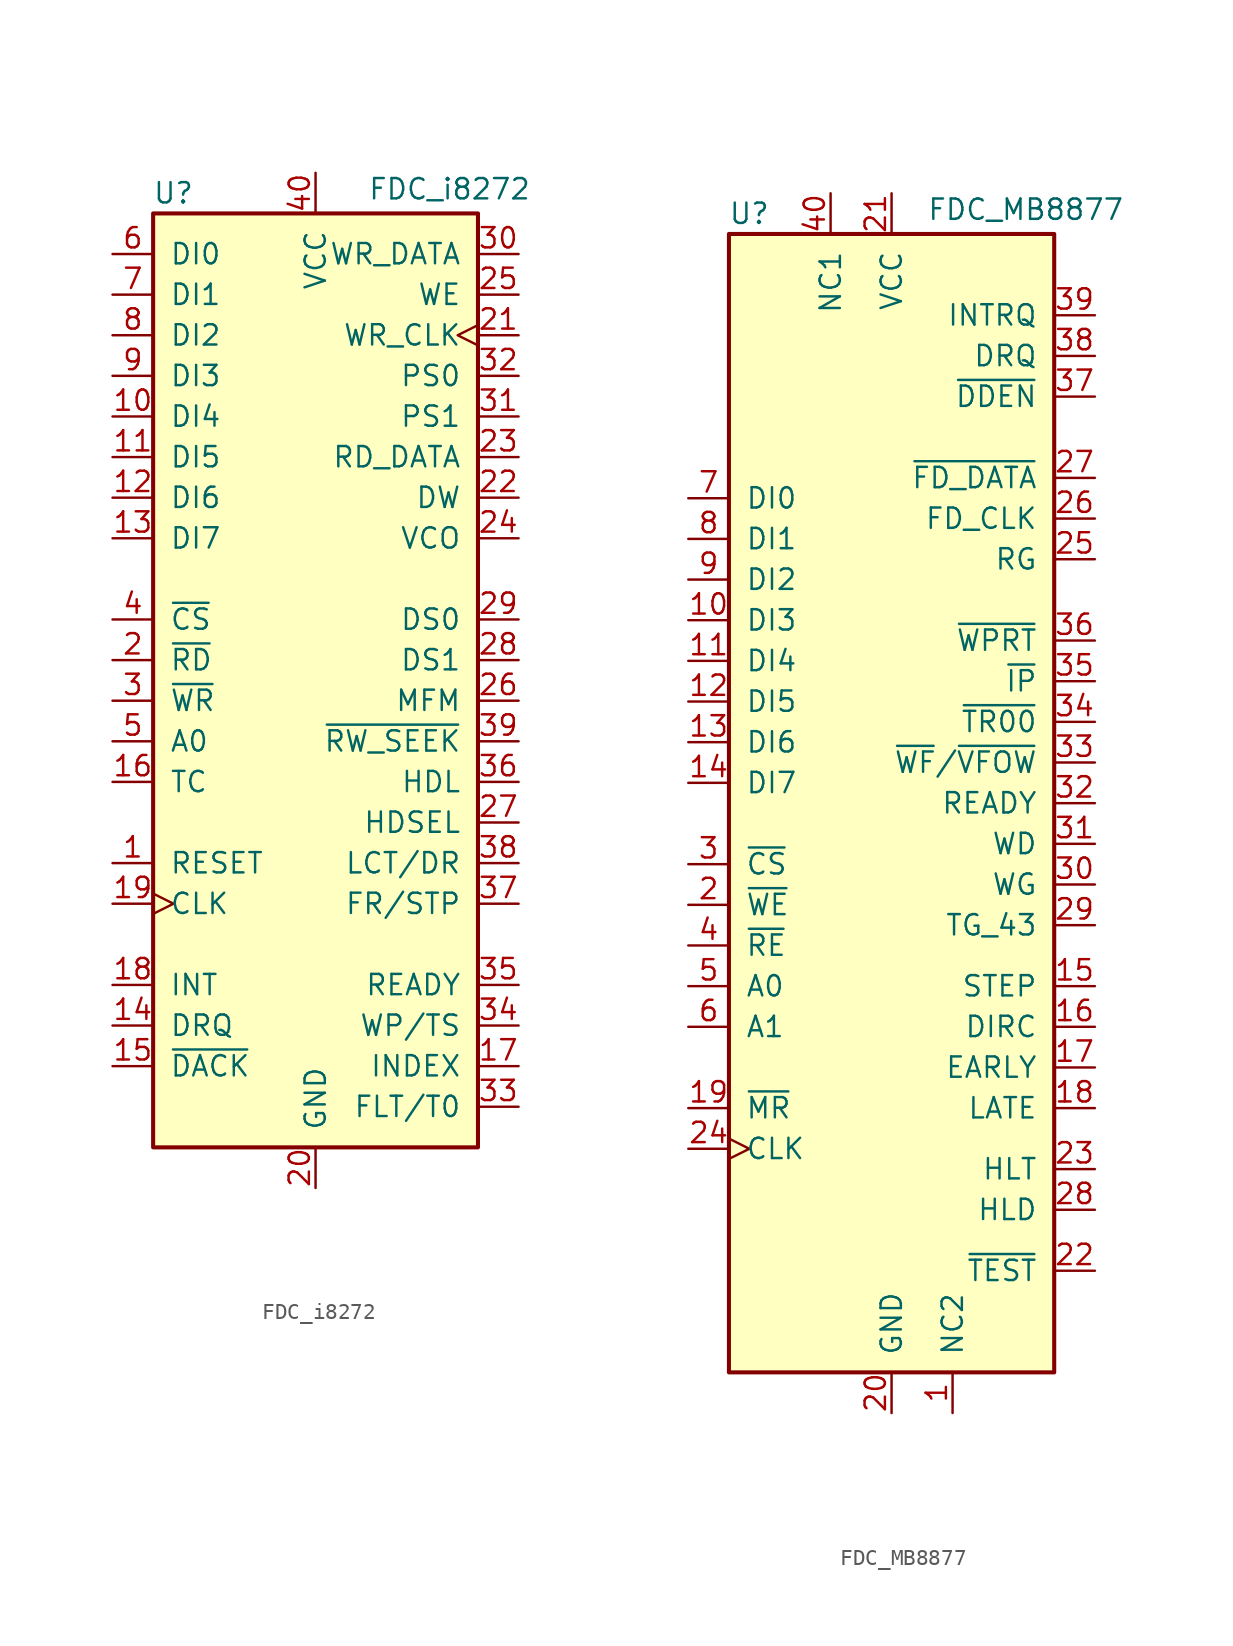
<source format=kicad_sym>
(kicad_symbol_lib
  (version 20220914)
  (generator kicad_symbol_editor)
  (symbol "FDC_i8272"
    (pin_names
      (offset 1.016))
    (property "Reference" "U"
      (at -8.89 24.13 0)
      (effects (font (size 1.27 1.27))))
    (property "Value" "FDC_i8272"
      (at 8.382 24.384 0)
      (effects (font (size 1.27 1.27))))
    (symbol "FDC_i8272_0_1"
      (rectangle (start -10.16 22.86) (end 10.16 -35.56) (stroke (width 0.254) (type default)) (fill (type background))))
    (symbol "FDC_i8272_1_1"
      (pin input line (at -12.7 -17.78 0) (length 2.54) (name "RESET" (effects (font (size 1.27 1.27)))) (number "1" (effects (font (size 1.27 1.27)))))
      (pin tri_state line (at -12.7 10.16 0) (length 2.54) (name "DI4" (effects (font (size 1.27 1.27)))) (number "10" (effects (font (size 1.27 1.27)))))
      (pin tri_state line (at -12.7 7.62 0) (length 2.54) (name "DI5" (effects (font (size 1.27 1.27)))) (number "11" (effects (font (size 1.27 1.27)))))
      (pin tri_state line (at -12.7 5.08 0) (length 2.54) (name "DI6" (effects (font (size 1.27 1.27)))) (number "12" (effects (font (size 1.27 1.27)))))
      (pin tri_state line (at -12.7 2.54 0) (length 2.54) (name "DI7" (effects (font (size 1.27 1.27)))) (number "13" (effects (font (size 1.27 1.27)))))
      (pin output line (at -12.7 -27.94 0) (length 2.54) (name "DRQ" (effects (font (size 1.27 1.27)))) (number "14" (effects (font (size 1.27 1.27)))))
      (pin input line (at -12.7 -30.48 0) (length 2.54) (name "~{DACK}" (effects (font (size 1.27 1.27)))) (number "15" (effects (font (size 1.27 1.27)))))
      (pin input line (at -12.7 -12.7 0) (length 2.54) (name "TC" (effects (font (size 1.27 1.27)))) (number "16" (effects (font (size 1.27 1.27)))))
      (pin input line (at 12.7 -30.48 180) (length 2.54) (name "INDEX" (effects (font (size 1.27 1.27)))) (number "17" (effects (font (size 1.27 1.27)))))
      (pin output line (at -12.7 -25.4 0) (length 2.54) (name "INT" (effects (font (size 1.27 1.27)))) (number "18" (effects (font (size 1.27 1.27)))))
      (pin input clock (at -12.7 -20.32 0) (length 2.54) (name "CLK" (effects (font (size 1.27 1.27)))) (number "19" (effects (font (size 1.27 1.27)))))
      (pin input line (at -12.7 -5.08 0) (length 2.54) (name "~{RD}" (effects (font (size 1.27 1.27)))) (number "2" (effects (font (size 1.27 1.27)))))
      (pin power_in line (at 0 -38.1 90) (length 2.54) (name "GND" (effects (font (size 1.27 1.27)))) (number "20" (effects (font (size 1.27 1.27)))))
      (pin input clock (at 12.7 15.24 180) (length 2.54) (name "WR_CLK" (effects (font (size 1.27 1.27)))) (number "21" (effects (font (size 1.27 1.27)))))
      (pin input line (at 12.7 5.08 180) (length 2.54) (name "DW" (effects (font (size 1.27 1.27)))) (number "22" (effects (font (size 1.27 1.27)))))
      (pin input line (at 12.7 7.62 180) (length 2.54) (name "RD_DATA" (effects (font (size 1.27 1.27)))) (number "23" (effects (font (size 1.27 1.27)))))
      (pin output line (at 12.7 2.54 180) (length 2.54) (name "VCO" (effects (font (size 1.27 1.27)))) (number "24" (effects (font (size 1.27 1.27)))))
      (pin output line (at 12.7 17.78 180) (length 2.54) (name "WE" (effects (font (size 1.27 1.27)))) (number "25" (effects (font (size 1.27 1.27)))))
      (pin passive line (at 12.7 -7.62 180) (length 2.54) (name "MFM" (effects (font (size 1.27 1.27)))) (number "26" (effects (font (size 1.27 1.27)))))
      (pin output line (at 12.7 -15.24 180) (length 2.54) (name "HDSEL" (effects (font (size 1.27 1.27)))) (number "27" (effects (font (size 1.27 1.27)))))
      (pin output line (at 12.7 -5.08 180) (length 2.54) (name "DS1" (effects (font (size 1.27 1.27)))) (number "28" (effects (font (size 1.27 1.27)))))
      (pin output line (at 12.7 -2.54 180) (length 2.54) (name "DS0" (effects (font (size 1.27 1.27)))) (number "29" (effects (font (size 1.27 1.27)))))
      (pin input line (at -12.7 -7.62 0) (length 2.54) (name "~{WR}" (effects (font (size 1.27 1.27)))) (number "3" (effects (font (size 1.27 1.27)))))
      (pin output line (at 12.7 20.32 180) (length 2.54) (name "WR_DATA" (effects (font (size 1.27 1.27)))) (number "30" (effects (font (size 1.27 1.27)))))
      (pin passive line (at 12.7 10.16 180) (length 2.54) (name "PS1" (effects (font (size 1.27 1.27)))) (number "31" (effects (font (size 1.27 1.27)))))
      (pin passive line (at 12.7 12.7 180) (length 2.54) (name "PS0" (effects (font (size 1.27 1.27)))) (number "32" (effects (font (size 1.27 1.27)))))
      (pin input line (at 12.7 -33.02 180) (length 2.54) (name "FLT/T0" (effects (font (size 1.27 1.27)))) (number "33" (effects (font (size 1.27 1.27)))))
      (pin input line (at 12.7 -27.94 180) (length 2.54) (name "WP/TS" (effects (font (size 1.27 1.27)))) (number "34" (effects (font (size 1.27 1.27)))))
      (pin input line (at 12.7 -25.4 180) (length 2.54) (name "READY" (effects (font (size 1.27 1.27)))) (number "35" (effects (font (size 1.27 1.27)))))
      (pin passive line (at 12.7 -12.7 180) (length 2.54) (name "HDL" (effects (font (size 1.27 1.27)))) (number "36" (effects (font (size 1.27 1.27)))))
      (pin output line (at 12.7 -20.32 180) (length 2.54) (name "FR/STP" (effects (font (size 1.27 1.27)))) (number "37" (effects (font (size 1.27 1.27)))))
      (pin output line (at 12.7 -17.78 180) (length 2.54) (name "LCT/DR" (effects (font (size 1.27 1.27)))) (number "38" (effects (font (size 1.27 1.27)))))
      (pin output line (at 12.7 -10.16 180) (length 2.54) (name "~{RW_SEEK}" (effects (font (size 1.27 1.27)))) (number "39" (effects (font (size 1.27 1.27)))))
      (pin input line (at -12.7 -2.54 0) (length 2.54) (name "~{CS}" (effects (font (size 1.27 1.27)))) (number "4" (effects (font (size 1.27 1.27)))))
      (pin power_in line (at 0 25.4 270) (length 2.54) (name "VCC" (effects (font (size 1.27 1.27)))) (number "40" (effects (font (size 1.27 1.27)))))
      (pin input line (at -12.7 -10.16 0) (length 2.54) (name "A0" (effects (font (size 1.27 1.27)))) (number "5" (effects (font (size 1.27 1.27)))))
      (pin tri_state line (at -12.7 20.32 0) (length 2.54) (name "DI0" (effects (font (size 1.27 1.27)))) (number "6" (effects (font (size 1.27 1.27)))))
      (pin tri_state line (at -12.7 17.78 0) (length 2.54) (name "DI1" (effects (font (size 1.27 1.27)))) (number "7" (effects (font (size 1.27 1.27)))))
      (pin tri_state line (at -12.7 15.24 0) (length 2.54) (name "DI2" (effects (font (size 1.27 1.27)))) (number "8" (effects (font (size 1.27 1.27)))))
      (pin tri_state line (at -12.7 12.7 0) (length 2.54) (name "DI3" (effects (font (size 1.27 1.27)))) (number "9" (effects (font (size 1.27 1.27)))))))
  (symbol "FDC_MB8877"
    (pin_names
      (offset 1.016))
    (property "Reference" "U"
      (at -8.89 36.83 0)
      (effects (font (size 1.27 1.27))))
    (property "Value" "FDC_MB8877"
      (at 8.382 37.084 0)
      (effects (font (size 1.27 1.27))))
    (symbol "FDC_MB8877_0_1"
      (rectangle (start -10.16 35.56) (end 10.16 -35.56) (stroke (width 0.254) (type default)) (fill (type background))))
    (symbol "FDC_MB8877_1_1"
      (pin passive line (at 3.81 -38.1 90) (length 2.54) (name "NC2" (effects (font (size 1.27 1.27)))) (number "1" (effects (font (size 1.27 1.27)))))
      (pin tri_state line (at -12.7 11.43 0) (length 2.54) (name "DI3" (effects (font (size 1.27 1.27)))) (number "10" (effects (font (size 1.27 1.27)))))
      (pin tri_state line (at -12.7 8.89 0) (length 2.54) (name "DI4" (effects (font (size 1.27 1.27)))) (number "11" (effects (font (size 1.27 1.27)))))
      (pin tri_state line (at -12.7 6.35 0) (length 2.54) (name "DI5" (effects (font (size 1.27 1.27)))) (number "12" (effects (font (size 1.27 1.27)))))
      (pin tri_state line (at -12.7 3.81 0) (length 2.54) (name "DI6" (effects (font (size 1.27 1.27)))) (number "13" (effects (font (size 1.27 1.27)))))
      (pin tri_state line (at -12.7 1.27 0) (length 2.54) (name "DI7" (effects (font (size 1.27 1.27)))) (number "14" (effects (font (size 1.27 1.27)))))
      (pin output line (at 12.7 -11.43 180) (length 2.54) (name "STEP" (effects (font (size 1.27 1.27)))) (number "15" (effects (font (size 1.27 1.27)))))
      (pin output line (at 12.7 -13.97 180) (length 2.54) (name "DIRC" (effects (font (size 1.27 1.27)))) (number "16" (effects (font (size 1.27 1.27)))))
      (pin output line (at 12.7 -16.51 180) (length 2.54) (name "EARLY" (effects (font (size 1.27 1.27)))) (number "17" (effects (font (size 1.27 1.27)))))
      (pin output line (at 12.7 -19.05 180) (length 2.54) (name "LATE" (effects (font (size 1.27 1.27)))) (number "18" (effects (font (size 1.27 1.27)))))
      (pin input line (at -12.7 -19.05 0) (length 2.54) (name "~{MR}" (effects (font (size 1.27 1.27)))) (number "19" (effects (font (size 1.27 1.27)))))
      (pin input line (at -12.7 -6.35 0) (length 2.54) (name "~{WE}" (effects (font (size 1.27 1.27)))) (number "2" (effects (font (size 1.27 1.27)))))
      (pin power_in line (at 0 -38.1 90) (length 2.54) (name "GND" (effects (font (size 1.27 1.27)))) (number "20" (effects (font (size 1.27 1.27)))))
      (pin power_in line (at 0 38.1 270) (length 2.54) (name "VCC" (effects (font (size 1.27 1.27)))) (number "21" (effects (font (size 1.27 1.27)))))
      (pin input line (at 12.7 -29.21 180) (length 2.54) (name "~{TEST}" (effects (font (size 1.27 1.27)))) (number "22" (effects (font (size 1.27 1.27)))))
      (pin input line (at 12.7 -22.86 180) (length 2.54) (name "HLT" (effects (font (size 1.27 1.27)))) (number "23" (effects (font (size 1.27 1.27)))))
      (pin input clock (at -12.7 -21.59 0) (length 2.54) (name "CLK" (effects (font (size 1.27 1.27)))) (number "24" (effects (font (size 1.27 1.27)))))
      (pin output line (at 12.7 15.24 180) (length 2.54) (name "RG" (effects (font (size 1.27 1.27)))) (number "25" (effects (font (size 1.27 1.27)))))
      (pin bidirectional line (at 12.7 17.78 180) (length 2.54) (name "FD_CLK" (effects (font (size 1.27 1.27)))) (number "26" (effects (font (size 1.27 1.27)))))
      (pin input line (at 12.7 20.32 180) (length 2.54) (name "~{FD_DATA}" (effects (font (size 1.27 1.27)))) (number "27" (effects (font (size 1.27 1.27)))))
      (pin output line (at 12.7 -25.4 180) (length 2.54) (name "HLD" (effects (font (size 1.27 1.27)))) (number "28" (effects (font (size 1.27 1.27)))))
      (pin output line (at 12.7 -7.62 180) (length 2.54) (name "TG_43" (effects (font (size 1.27 1.27)))) (number "29" (effects (font (size 1.27 1.27)))))
      (pin input line (at -12.7 -3.81 0) (length 2.54) (name "~{CS}" (effects (font (size 1.27 1.27)))) (number "3" (effects (font (size 1.27 1.27)))))
      (pin output line (at 12.7 -5.08 180) (length 2.54) (name "WG" (effects (font (size 1.27 1.27)))) (number "30" (effects (font (size 1.27 1.27)))))
      (pin output line (at 12.7 -2.54 180) (length 2.54) (name "WD" (effects (font (size 1.27 1.27)))) (number "31" (effects (font (size 1.27 1.27)))))
      (pin input line (at 12.7 0 180) (length 2.54) (name "READY" (effects (font (size 1.27 1.27)))) (number "32" (effects (font (size 1.27 1.27)))))
      (pin bidirectional line (at 12.7 2.54 180) (length 2.54) (name "~{WF}/~{VFOW}" (effects (font (size 1.27 1.27)))) (number "33" (effects (font (size 1.27 1.27)))))
      (pin input line (at 12.7 5.08 180) (length 2.54) (name "~{TR00}" (effects (font (size 1.27 1.27)))) (number "34" (effects (font (size 1.27 1.27)))))
      (pin input line (at 12.7 7.62 180) (length 2.54) (name "~{IP}" (effects (font (size 1.27 1.27)))) (number "35" (effects (font (size 1.27 1.27)))))
      (pin input line (at 12.7 10.16 180) (length 2.54) (name "~{WPRT}" (effects (font (size 1.27 1.27)))) (number "36" (effects (font (size 1.27 1.27)))))
      (pin input line (at 12.7 25.4 180) (length 2.54) (name "~{DDEN}" (effects (font (size 1.27 1.27)))) (number "37" (effects (font (size 1.27 1.27)))))
      (pin output line (at 12.7 27.94 180) (length 2.54) (name "DRQ" (effects (font (size 1.27 1.27)))) (number "38" (effects (font (size 1.27 1.27)))))
      (pin input line (at 12.7 30.48 180) (length 2.54) (name "INTRQ" (effects (font (size 1.27 1.27)))) (number "39" (effects (font (size 1.27 1.27)))))
      (pin input line (at -12.7 -8.89 0) (length 2.54) (name "~{RE}" (effects (font (size 1.27 1.27)))) (number "4" (effects (font (size 1.27 1.27)))))
      (pin passive line (at -3.81 38.1 270) (length 2.54) (name "NC1" (effects (font (size 1.27 1.27)))) (number "40" (effects (font (size 1.27 1.27)))))
      (pin input line (at -12.7 -11.43 0) (length 2.54) (name "A0" (effects (font (size 1.27 1.27)))) (number "5" (effects (font (size 1.27 1.27)))))
      (pin input line (at -12.7 -13.97 0) (length 2.54) (name "A1" (effects (font (size 1.27 1.27)))) (number "6" (effects (font (size 1.27 1.27)))))
      (pin tri_state line (at -12.7 19.05 0) (length 2.54) (name "DI0" (effects (font (size 1.27 1.27)))) (number "7" (effects (font (size 1.27 1.27)))))
      (pin tri_state line (at -12.7 16.51 0) (length 2.54) (name "DI1" (effects (font (size 1.27 1.27)))) (number "8" (effects (font (size 1.27 1.27)))))
      (pin tri_state line (at -12.7 13.97 0) (length 2.54) (name "DI2" (effects (font (size 1.27 1.27)))) (number "9" (effects (font (size 1.27 1.27))))))))
</source>
